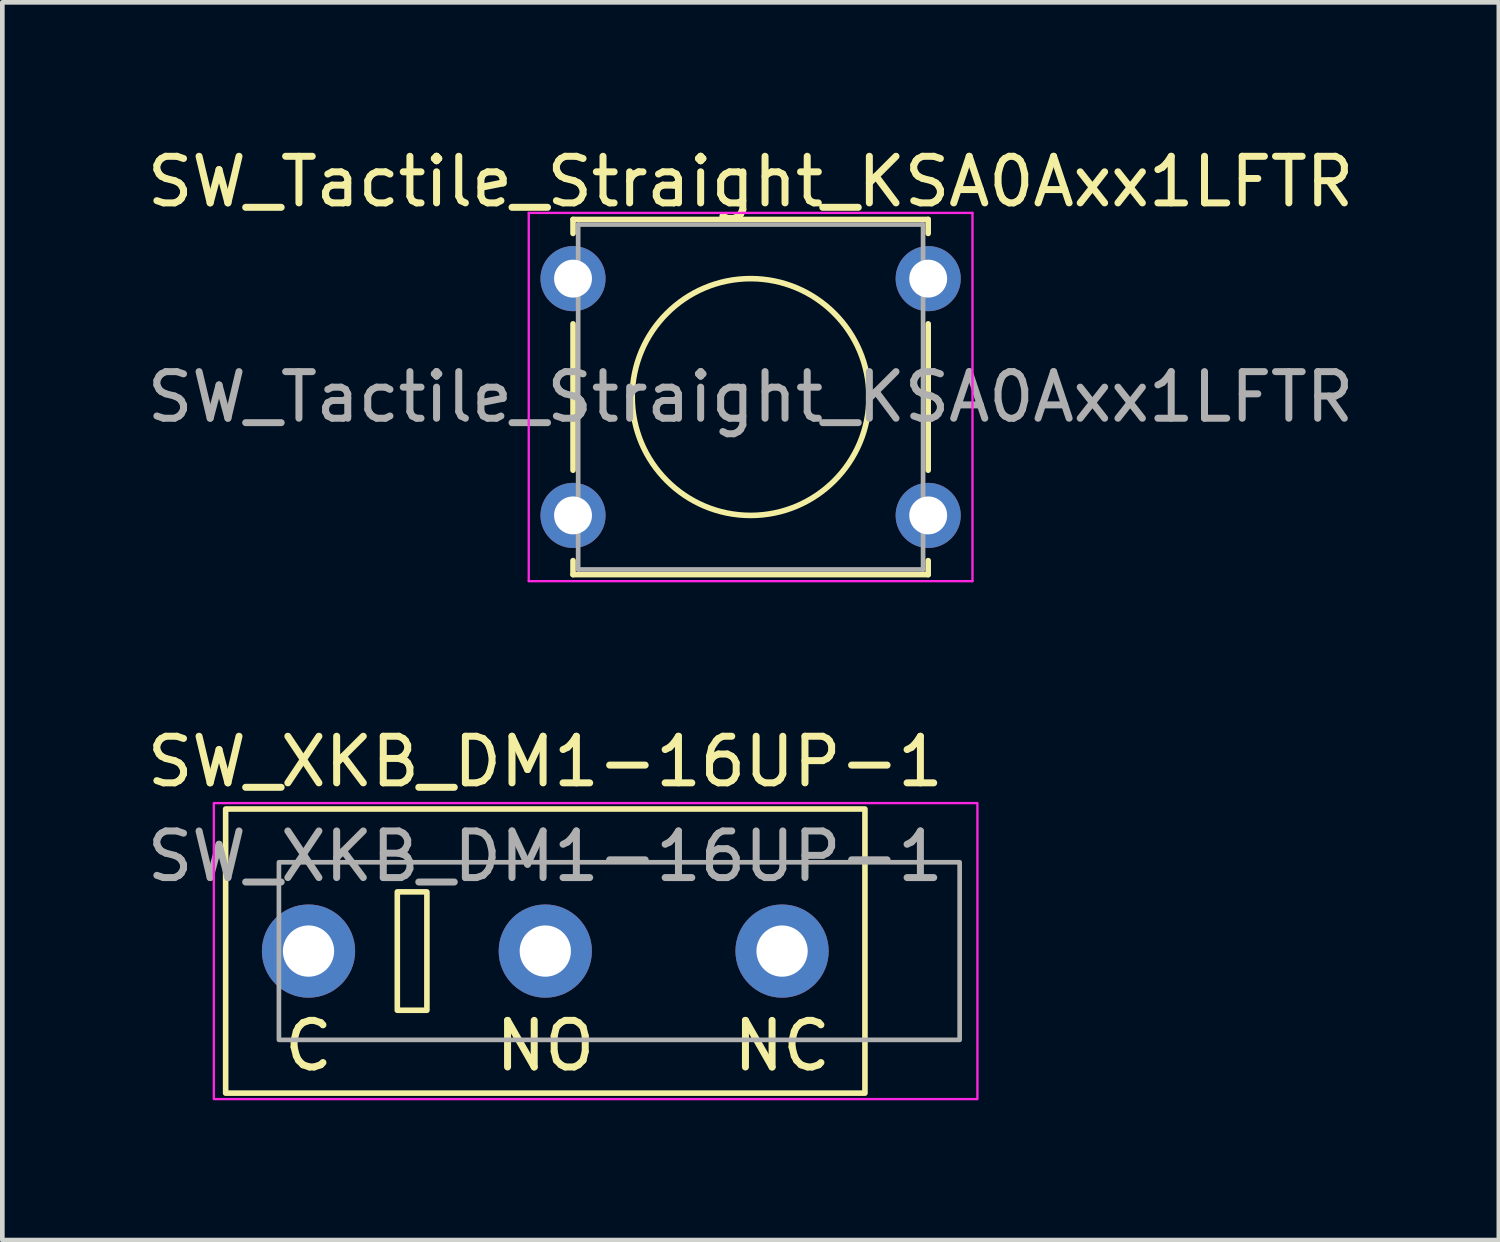
<source format=kicad_pcb>
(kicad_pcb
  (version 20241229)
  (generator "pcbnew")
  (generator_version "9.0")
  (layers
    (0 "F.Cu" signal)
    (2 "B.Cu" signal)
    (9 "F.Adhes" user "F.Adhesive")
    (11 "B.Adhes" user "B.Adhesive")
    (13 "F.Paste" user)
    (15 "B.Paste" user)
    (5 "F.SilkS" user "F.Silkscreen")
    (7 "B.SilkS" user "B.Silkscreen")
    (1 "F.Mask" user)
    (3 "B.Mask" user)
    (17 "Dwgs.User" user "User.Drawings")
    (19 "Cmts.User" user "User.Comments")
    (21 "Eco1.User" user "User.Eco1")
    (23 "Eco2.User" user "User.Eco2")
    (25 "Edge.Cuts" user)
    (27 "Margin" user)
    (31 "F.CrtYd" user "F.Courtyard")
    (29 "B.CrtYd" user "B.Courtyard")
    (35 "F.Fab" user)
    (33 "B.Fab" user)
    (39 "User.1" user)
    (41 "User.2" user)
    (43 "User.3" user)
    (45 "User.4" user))
  (footprint "SW_XKB_DM1-16UP-1"
    (layer "F.Cu")
    (at 8.649 17.355)
    (property "Reference" "SW_XKB_DM1-16UP-1" (at 0 -4.064 0) (unlocked yes) (layer "F.SilkS") (effects (font (size 1 1) (thickness 0.15))))
    (attr through_hole)
    (fp_rect (start -3.175 -1.27) (end -2.54 1.27) (stroke (width 0.12) (type solid)) (fill no) (layer "F.SilkS"))
    (fp_rect (start 6.858 -3.048) (end -6.858 3.048) (stroke (width 0.12) (type solid)) (fill no) (layer "F.SilkS"))
    (fp_rect (start -7.112 -3.175) (end 9.271 3.175) (stroke (width 0.05) (type solid)) (fill no) (layer "F.CrtYd"))
    (fp_rect (start 8.89 1.905) (end -5.715 -1.905) (stroke (width 0.1) (type solid)) (fill no) (layer "F.Fab"))
    (fp_text user "NO" (at 0 2.032 0) (unlocked yes) (layer "F.SilkS") (effects (font (size 1 1) (thickness 0.15))))
    (fp_text user "C" (at -5.08 2.032 0) (unlocked yes) (layer "F.SilkS") (effects (font (size 1 1) (thickness 0.15))))
    (fp_text user "NC" (at 5.08 2.032 0) (unlocked yes) (layer "F.SilkS") (effects (font (size 1 1) (thickness 0.15))))
    (fp_text user "${REFERENCE}" (at 0 -2.032 0) (unlocked yes) (layer "F.Fab") (effects (font (size 1 1) (thickness 0.15))))
    (pad "1" thru_hole circle (at -5.08 0) (size 2 2) (drill 1.1) (layers "*.Cu" "*.Mask"))
    (pad "2" thru_hole circle (at 0 0) (size 2 2) (drill 1.1) (layers "*.Cu" "*.Mask"))
    (pad "3" thru_hole circle (at 5.08 0) (size 2 2) (drill 1.1) (layers "*.Cu" "*.Mask")))
  (footprint "SW_Tactile_Straight_KSA0Axx1LFTR"
    (layer "F.Cu")
    (at 9.244 2.928)
    (property "Reference" "SW_Tactile_Straight_KSA0Axx1LFTR" (at 3.81 -2.08 0) (layer "F.SilkS") (effects (font (size 1 1) (thickness 0.15))))
    (attr through_hole)
    (fp_line (start 0 -1.27) (end 0 -0.97) (stroke (width 0.12) (type solid)) (layer "F.SilkS"))
    (fp_line (start 0 -1.27) (end 7.62 -1.27) (stroke (width 0.12) (type solid)) (layer "F.SilkS"))
    (fp_line (start 0 0.97) (end 0 4.11) (stroke (width 0.12) (type solid)) (layer "F.SilkS"))
    (fp_line (start 0 6.05) (end 0 6.35) (stroke (width 0.12) (type solid)) (layer "F.SilkS"))
    (fp_line (start 7.62 -1.27) (end 7.62 -0.97) (stroke (width 0.12) (type solid)) (layer "F.SilkS"))
    (fp_line (start 7.62 0.97) (end 7.62 4.11) (stroke (width 0.12) (type solid)) (layer "F.SilkS"))
    (fp_line (start 7.62 6.05) (end 7.62 6.35) (stroke (width 0.12) (type solid)) (layer "F.SilkS"))
    (fp_line (start 7.62 6.35) (end 0 6.35) (stroke (width 0.12) (type solid)) (layer "F.SilkS"))
    (fp_circle (center 3.81 2.54) (end 3.81 0) (stroke (width 0.12) (type solid)) (fill no) (layer "F.SilkS"))
    (fp_line (start -0.95 -1.41) (end -0.95 6.49) (stroke (width 0.05) (type solid)) (layer "F.CrtYd"))
    (fp_line (start -0.95 -1.41) (end 8.57 -1.41) (stroke (width 0.05) (type solid)) (layer "F.CrtYd"))
    (fp_line (start 8.57 6.49) (end -0.95 6.49) (stroke (width 0.05) (type solid)) (layer "F.CrtYd"))
    (fp_line (start 8.57 6.49) (end 8.57 -1.41) (stroke (width 0.05) (type solid)) (layer "F.CrtYd"))
    (fp_line (start 0.11 -1.16) (end 7.51 -1.16) (stroke (width 0.1) (type solid)) (layer "F.Fab"))
    (fp_line (start 0.11 6.24) (end 0.11 -1.16) (stroke (width 0.1) (type solid)) (layer "F.Fab"))
    (fp_line (start 7.51 -1.16) (end 7.51 6.24) (stroke (width 0.1) (type solid)) (layer "F.Fab"))
    (fp_line (start 7.51 6.24) (end 0.11 6.24) (stroke (width 0.1) (type solid)) (layer "F.Fab"))
    (fp_text user "${REFERENCE}" (at 3.81 2.54 0) (layer "F.Fab") (effects (font (size 1 1) (thickness 0.15))))
    (pad "1" thru_hole circle (at 0 0) (size 1.397 1.397) (drill 0.813) (layers "*.Cu" "*.Mask"))
    (pad "1" thru_hole circle (at 7.62 0) (size 1.397 1.397) (drill 0.813) (layers "*.Cu" "*.Mask"))
    (pad "2" thru_hole circle (at 0 5.08) (size 1.397 1.397) (drill 0.813) (layers "*.Cu" "*.Mask"))
    (pad "2" thru_hole circle (at 7.62 5.08) (size 1.397 1.397) (drill 0.813) (layers "*.Cu" "*.Mask")))
  (gr_rect
    (start -3 -3)
    (end 29.107 23.555)
    (stroke (width 0.1) (type default))
    (fill no)
    (layer "Edge.Cuts")))
</source>
